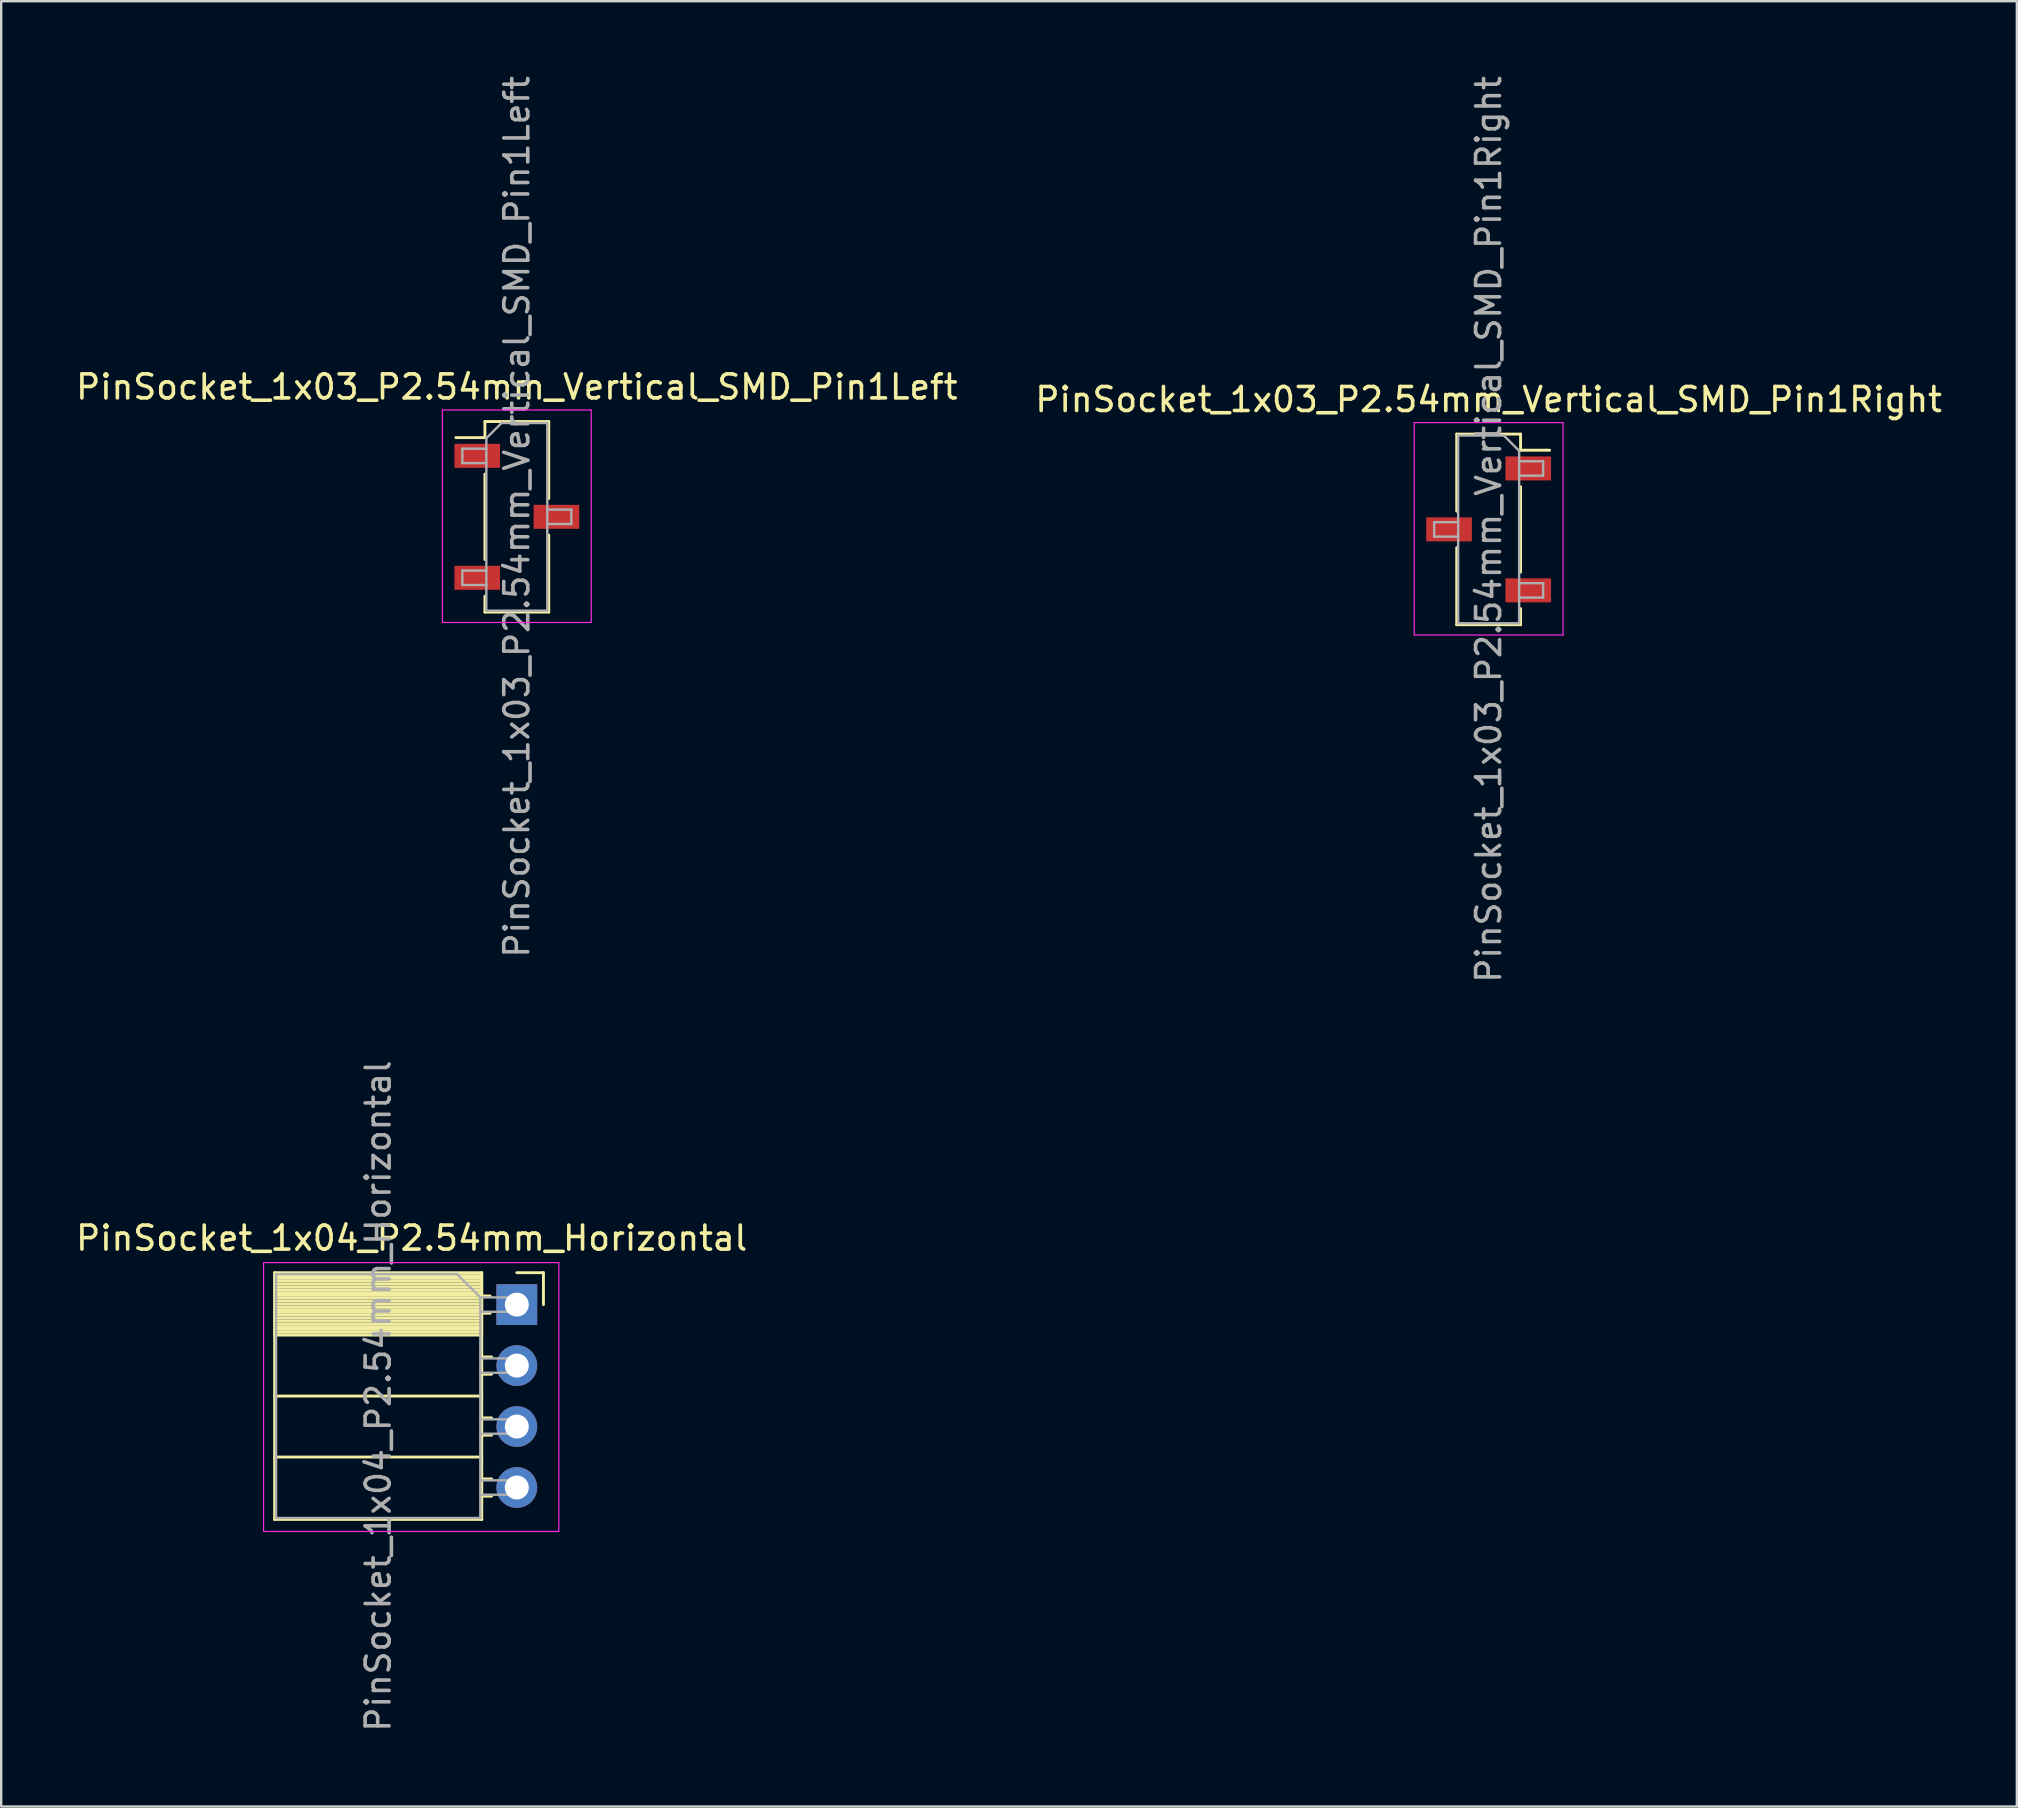
<source format=kicad_pcb>
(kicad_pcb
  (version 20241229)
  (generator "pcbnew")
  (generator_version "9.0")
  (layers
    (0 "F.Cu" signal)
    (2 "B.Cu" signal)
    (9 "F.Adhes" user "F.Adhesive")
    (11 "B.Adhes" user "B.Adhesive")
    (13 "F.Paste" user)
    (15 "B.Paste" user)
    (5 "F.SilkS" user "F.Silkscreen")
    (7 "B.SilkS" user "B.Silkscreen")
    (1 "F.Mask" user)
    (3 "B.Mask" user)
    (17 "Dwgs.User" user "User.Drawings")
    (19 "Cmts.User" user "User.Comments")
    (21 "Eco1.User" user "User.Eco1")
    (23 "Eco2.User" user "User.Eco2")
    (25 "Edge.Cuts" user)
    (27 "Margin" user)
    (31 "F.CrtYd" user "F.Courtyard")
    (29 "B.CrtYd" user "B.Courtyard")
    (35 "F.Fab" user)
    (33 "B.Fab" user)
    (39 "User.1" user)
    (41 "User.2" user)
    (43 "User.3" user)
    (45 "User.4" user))
  (footprint "PinSocket_1x04_P2.54mm_Horizontal"
    (layer "F.Cu")
    (at 18.481 51.303)
    (property "Reference" "PinSocket_1x04_P2.54mm_Horizontal" (at -4.38 -2.77 0) (layer "F.SilkS") (effects (font (size 1 1) (thickness 0.15))))
    (attr through_hole)
    (fp_line (start -10.09 -1.33) (end -10.09 8.95) (stroke (width 0.12) (type solid)) (layer "F.SilkS"))
    (fp_line (start -10.09 -1.33) (end -1.46 -1.33) (stroke (width 0.12) (type solid)) (layer "F.SilkS"))
    (fp_line (start -10.09 -1.21) (end -1.46 -1.21) (stroke (width 0.12) (type solid)) (layer "F.SilkS"))
    (fp_line (start -10.09 -1.092) (end -1.46 -1.092) (stroke (width 0.12) (type solid)) (layer "F.SilkS"))
    (fp_line (start -10.09 -0.974) (end -1.46 -0.974) (stroke (width 0.12) (type solid)) (layer "F.SilkS"))
    (fp_line (start -10.09 -0.856) (end -1.46 -0.856) (stroke (width 0.12) (type solid)) (layer "F.SilkS"))
    (fp_line (start -10.09 -0.738) (end -1.46 -0.738) (stroke (width 0.12) (type solid)) (layer "F.SilkS"))
    (fp_line (start -10.09 -0.62) (end -1.46 -0.62) (stroke (width 0.12) (type solid)) (layer "F.SilkS"))
    (fp_line (start -10.09 -0.501) (end -1.46 -0.501) (stroke (width 0.12) (type solid)) (layer "F.SilkS"))
    (fp_line (start -10.09 -0.383) (end -1.46 -0.383) (stroke (width 0.12) (type solid)) (layer "F.SilkS"))
    (fp_line (start -10.09 -0.265) (end -1.46 -0.265) (stroke (width 0.12) (type solid)) (layer "F.SilkS"))
    (fp_line (start -10.09 -0.147) (end -1.46 -0.147) (stroke (width 0.12) (type solid)) (layer "F.SilkS"))
    (fp_line (start -10.09 -0.029) (end -1.46 -0.029) (stroke (width 0.12) (type solid)) (layer "F.SilkS"))
    (fp_line (start -10.09 0.089) (end -1.46 0.089) (stroke (width 0.12) (type solid)) (layer "F.SilkS"))
    (fp_line (start -10.09 0.207) (end -1.46 0.207) (stroke (width 0.12) (type solid)) (layer "F.SilkS"))
    (fp_line (start -10.09 0.325) (end -1.46 0.325) (stroke (width 0.12) (type solid)) (layer "F.SilkS"))
    (fp_line (start -10.09 0.443) (end -1.46 0.443) (stroke (width 0.12) (type solid)) (layer "F.SilkS"))
    (fp_line (start -10.09 0.561) (end -1.46 0.561) (stroke (width 0.12) (type solid)) (layer "F.SilkS"))
    (fp_line (start -10.09 0.68) (end -1.46 0.68) (stroke (width 0.12) (type solid)) (layer "F.SilkS"))
    (fp_line (start -10.09 0.798) (end -1.46 0.798) (stroke (width 0.12) (type solid)) (layer "F.SilkS"))
    (fp_line (start -10.09 0.916) (end -1.46 0.916) (stroke (width 0.12) (type solid)) (layer "F.SilkS"))
    (fp_line (start -10.09 1.034) (end -1.46 1.034) (stroke (width 0.12) (type solid)) (layer "F.SilkS"))
    (fp_line (start -10.09 1.152) (end -1.46 1.152) (stroke (width 0.12) (type solid)) (layer "F.SilkS"))
    (fp_line (start -10.09 1.27) (end -1.46 1.27) (stroke (width 0.12) (type solid)) (layer "F.SilkS"))
    (fp_line (start -10.09 3.81) (end -1.46 3.81) (stroke (width 0.12) (type solid)) (layer "F.SilkS"))
    (fp_line (start -10.09 6.35) (end -1.46 6.35) (stroke (width 0.12) (type solid)) (layer "F.SilkS"))
    (fp_line (start -10.09 8.95) (end -1.46 8.95) (stroke (width 0.12) (type solid)) (layer "F.SilkS"))
    (fp_line (start -1.46 -1.33) (end -1.46 8.95) (stroke (width 0.12) (type solid)) (layer "F.SilkS"))
    (fp_line (start -1.46 -0.36) (end -1.11 -0.36) (stroke (width 0.12) (type solid)) (layer "F.SilkS"))
    (fp_line (start -1.46 0.36) (end -1.11 0.36) (stroke (width 0.12) (type solid)) (layer "F.SilkS"))
    (fp_line (start -1.46 2.18) (end -1.05 2.18) (stroke (width 0.12) (type solid)) (layer "F.SilkS"))
    (fp_line (start -1.46 2.9) (end -1.05 2.9) (stroke (width 0.12) (type solid)) (layer "F.SilkS"))
    (fp_line (start -1.46 4.72) (end -1.05 4.72) (stroke (width 0.12) (type solid)) (layer "F.SilkS"))
    (fp_line (start -1.46 5.44) (end -1.05 5.44) (stroke (width 0.12) (type solid)) (layer "F.SilkS"))
    (fp_line (start -1.46 7.26) (end -1.05 7.26) (stroke (width 0.12) (type solid)) (layer "F.SilkS"))
    (fp_line (start -1.46 7.98) (end -1.05 7.98) (stroke (width 0.12) (type solid)) (layer "F.SilkS"))
    (fp_line (start 0 -1.33) (end 1.11 -1.33) (stroke (width 0.12) (type solid)) (layer "F.SilkS"))
    (fp_line (start 1.11 -1.33) (end 1.11 0) (stroke (width 0.12) (type solid)) (layer "F.SilkS"))
    (fp_line (start -10.55 -1.75) (end -10.55 9.45) (stroke (width 0.05) (type solid)) (layer "F.CrtYd"))
    (fp_line (start -10.55 9.45) (end 1.75 9.45) (stroke (width 0.05) (type solid)) (layer "F.CrtYd"))
    (fp_line (start 1.75 -1.75) (end -10.55 -1.75) (stroke (width 0.05) (type solid)) (layer "F.CrtYd"))
    (fp_line (start 1.75 9.45) (end 1.75 -1.75) (stroke (width 0.05) (type solid)) (layer "F.CrtYd"))
    (fp_line (start -10.03 -1.27) (end -2.49 -1.27) (stroke (width 0.1) (type solid)) (layer "F.Fab"))
    (fp_line (start -10.03 8.89) (end -10.03 -1.27) (stroke (width 0.1) (type solid)) (layer "F.Fab"))
    (fp_line (start -2.49 -1.27) (end -1.52 -0.3) (stroke (width 0.1) (type solid)) (layer "F.Fab"))
    (fp_line (start -1.52 -0.3) (end -1.52 8.89) (stroke (width 0.1) (type solid)) (layer "F.Fab"))
    (fp_line (start -1.52 0.3) (end 0 0.3) (stroke (width 0.1) (type solid)) (layer "F.Fab"))
    (fp_line (start -1.52 2.84) (end 0 2.84) (stroke (width 0.1) (type solid)) (layer "F.Fab"))
    (fp_line (start -1.52 5.38) (end 0 5.38) (stroke (width 0.1) (type solid)) (layer "F.Fab"))
    (fp_line (start -1.52 7.92) (end 0 7.92) (stroke (width 0.1) (type solid)) (layer "F.Fab"))
    (fp_line (start -1.52 8.89) (end -10.03 8.89) (stroke (width 0.1) (type solid)) (layer "F.Fab"))
    (fp_line (start 0 -0.3) (end -1.52 -0.3) (stroke (width 0.1) (type solid)) (layer "F.Fab"))
    (fp_line (start 0 0.3) (end 0 -0.3) (stroke (width 0.1) (type solid)) (layer "F.Fab"))
    (fp_line (start 0 2.24) (end -1.52 2.24) (stroke (width 0.1) (type solid)) (layer "F.Fab"))
    (fp_line (start 0 2.84) (end 0 2.24) (stroke (width 0.1) (type solid)) (layer "F.Fab"))
    (fp_line (start 0 4.78) (end -1.52 4.78) (stroke (width 0.1) (type solid)) (layer "F.Fab"))
    (fp_line (start 0 5.38) (end 0 4.78) (stroke (width 0.1) (type solid)) (layer "F.Fab"))
    (fp_line (start 0 7.32) (end -1.52 7.32) (stroke (width 0.1) (type solid)) (layer "F.Fab"))
    (fp_line (start 0 7.92) (end 0 7.32) (stroke (width 0.1) (type solid)) (layer "F.Fab"))
    (fp_text user "${REFERENCE}" (at -5.775 3.81 90) (layer "F.Fab") (effects (font (size 1 1) (thickness 0.15))))
    (pad "1" thru_hole rect (at 0 0) (size 1.7 1.7) (drill 1) (layers "*.Cu" "*.Mask"))
    (pad "2" thru_hole oval (at 0 2.54) (size 1.7 1.7) (drill 1) (layers "*.Cu" "*.Mask"))
    (pad "3" thru_hole oval (at 0 5.08) (size 1.7 1.7) (drill 1) (layers "*.Cu" "*.Mask"))
    (pad "4" thru_hole oval (at 0 7.62) (size 1.7 1.7) (drill 1) (layers "*.Cu" "*.Mask")))
  (footprint "PinSocket_1x03_P2.54mm_Vertical_SMD_Pin1Right"
    (layer "F.Cu")
    (at 58.97 19.006)
    (property "Reference" "PinSocket_1x03_P2.54mm_Vertical_SMD_Pin1Right" (at 0 -5.41 0) (layer "F.SilkS") (effects (font (size 1 1) (thickness 0.15))))
    (attr smd)
    (fp_line (start -1.33 -3.97) (end -1.33 -0.76) (stroke (width 0.12) (type solid)) (layer "F.SilkS"))
    (fp_line (start -1.33 -3.97) (end 1.33 -3.97) (stroke (width 0.12) (type solid)) (layer "F.SilkS"))
    (fp_line (start -1.33 0.76) (end -1.33 3.97) (stroke (width 0.12) (type solid)) (layer "F.SilkS"))
    (fp_line (start -1.33 3.97) (end 1.33 3.97) (stroke (width 0.12) (type solid)) (layer "F.SilkS"))
    (fp_line (start 1.33 -3.97) (end 1.33 -3.3) (stroke (width 0.12) (type solid)) (layer "F.SilkS"))
    (fp_line (start 1.33 -3.3) (end 2.54 -3.3) (stroke (width 0.12) (type solid)) (layer "F.SilkS"))
    (fp_line (start 1.33 -1.78) (end 1.33 1.78) (stroke (width 0.12) (type solid)) (layer "F.SilkS"))
    (fp_line (start 1.33 3.3) (end 1.33 3.97) (stroke (width 0.12) (type solid)) (layer "F.SilkS"))
    (fp_line (start -3.1 -4.45) (end 3.1 -4.45) (stroke (width 0.05) (type solid)) (layer "F.CrtYd"))
    (fp_line (start -3.1 4.4) (end -3.1 -4.45) (stroke (width 0.05) (type solid)) (layer "F.CrtYd"))
    (fp_line (start 3.1 -4.45) (end 3.1 4.4) (stroke (width 0.05) (type solid)) (layer "F.CrtYd"))
    (fp_line (start 3.1 4.4) (end -3.1 4.4) (stroke (width 0.05) (type solid)) (layer "F.CrtYd"))
    (fp_line (start -2.27 -0.3) (end -1.27 -0.3) (stroke (width 0.1) (type solid)) (layer "F.Fab"))
    (fp_line (start -2.27 0.3) (end -2.27 -0.3) (stroke (width 0.1) (type solid)) (layer "F.Fab"))
    (fp_line (start -1.27 -3.91) (end 0.635 -3.91) (stroke (width 0.1) (type solid)) (layer "F.Fab"))
    (fp_line (start -1.27 0.3) (end -2.27 0.3) (stroke (width 0.1) (type solid)) (layer "F.Fab"))
    (fp_line (start -1.27 3.91) (end -1.27 -3.91) (stroke (width 0.1) (type solid)) (layer "F.Fab"))
    (fp_line (start 0.635 -3.91) (end 1.27 -3.275) (stroke (width 0.1) (type solid)) (layer "F.Fab"))
    (fp_line (start 1.27 -3.275) (end 1.27 3.91) (stroke (width 0.1) (type solid)) (layer "F.Fab"))
    (fp_line (start 1.27 -2.84) (end 2.27 -2.84) (stroke (width 0.1) (type solid)) (layer "F.Fab"))
    (fp_line (start 1.27 2.24) (end 2.27 2.24) (stroke (width 0.1) (type solid)) (layer "F.Fab"))
    (fp_line (start 1.27 3.91) (end -1.27 3.91) (stroke (width 0.1) (type solid)) (layer "F.Fab"))
    (fp_line (start 2.27 -2.84) (end 2.27 -2.24) (stroke (width 0.1) (type solid)) (layer "F.Fab"))
    (fp_line (start 2.27 -2.24) (end 1.27 -2.24) (stroke (width 0.1) (type solid)) (layer "F.Fab"))
    (fp_line (start 2.27 2.24) (end 2.27 2.84) (stroke (width 0.1) (type solid)) (layer "F.Fab"))
    (fp_line (start 2.27 2.84) (end 1.27 2.84) (stroke (width 0.1) (type solid)) (layer "F.Fab"))
    (fp_text user "${REFERENCE}" (at 0 0 90) (layer "F.Fab") (effects (font (size 1 1) (thickness 0.15))))
    (pad "1" smd rect (at 1.65 -2.54) (size 1.9 1) (layers "F.Cu" "F.Mask" "F.Paste"))
    (pad "2" smd rect (at -1.65 0) (size 1.9 1) (layers "F.Cu" "F.Mask" "F.Paste"))
    (pad "3" smd rect (at 1.65 2.54) (size 1.9 1) (layers "F.Cu" "F.Mask" "F.Paste")))
  (footprint "PinSocket_1x03_P2.54mm_Vertical_SMD_Pin1Left"
    (layer "F.Cu")
    (at 18.482 18.482)
    (property "Reference" "PinSocket_1x03_P2.54mm_Vertical_SMD_Pin1Left" (at 0 -5.41 0) (layer "F.SilkS") (effects (font (size 1 1) (thickness 0.15))))
    (attr smd)
    (fp_line (start -2.54 -3.3) (end -1.33 -3.3) (stroke (width 0.12) (type solid)) (layer "F.SilkS"))
    (fp_line (start -1.33 -3.97) (end -1.33 -3.3) (stroke (width 0.12) (type solid)) (layer "F.SilkS"))
    (fp_line (start -1.33 -3.97) (end 1.33 -3.97) (stroke (width 0.12) (type solid)) (layer "F.SilkS"))
    (fp_line (start -1.33 -1.78) (end -1.33 1.78) (stroke (width 0.12) (type solid)) (layer "F.SilkS"))
    (fp_line (start -1.33 3.3) (end -1.33 3.97) (stroke (width 0.12) (type solid)) (layer "F.SilkS"))
    (fp_line (start -1.33 3.97) (end 1.33 3.97) (stroke (width 0.12) (type solid)) (layer "F.SilkS"))
    (fp_line (start 1.33 -3.97) (end 1.33 -0.76) (stroke (width 0.12) (type solid)) (layer "F.SilkS"))
    (fp_line (start 1.33 0.76) (end 1.33 3.97) (stroke (width 0.12) (type solid)) (layer "F.SilkS"))
    (fp_line (start -3.1 -4.45) (end 3.1 -4.45) (stroke (width 0.05) (type solid)) (layer "F.CrtYd"))
    (fp_line (start -3.1 4.4) (end -3.1 -4.45) (stroke (width 0.05) (type solid)) (layer "F.CrtYd"))
    (fp_line (start 3.1 -4.45) (end 3.1 4.4) (stroke (width 0.05) (type solid)) (layer "F.CrtYd"))
    (fp_line (start 3.1 4.4) (end -3.1 4.4) (stroke (width 0.05) (type solid)) (layer "F.CrtYd"))
    (fp_line (start -2.27 -2.84) (end -1.27 -2.84) (stroke (width 0.1) (type solid)) (layer "F.Fab"))
    (fp_line (start -2.27 -2.24) (end -2.27 -2.84) (stroke (width 0.1) (type solid)) (layer "F.Fab"))
    (fp_line (start -2.27 2.24) (end -1.27 2.24) (stroke (width 0.1) (type solid)) (layer "F.Fab"))
    (fp_line (start -2.27 2.84) (end -2.27 2.24) (stroke (width 0.1) (type solid)) (layer "F.Fab"))
    (fp_line (start -1.27 -3.275) (end -0.635 -3.91) (stroke (width 0.1) (type solid)) (layer "F.Fab"))
    (fp_line (start -1.27 -2.24) (end -2.27 -2.24) (stroke (width 0.1) (type solid)) (layer "F.Fab"))
    (fp_line (start -1.27 2.84) (end -2.27 2.84) (stroke (width 0.1) (type solid)) (layer "F.Fab"))
    (fp_line (start -1.27 3.91) (end -1.27 -3.275) (stroke (width 0.1) (type solid)) (layer "F.Fab"))
    (fp_line (start -0.635 -3.91) (end 1.27 -3.91) (stroke (width 0.1) (type solid)) (layer "F.Fab"))
    (fp_line (start 1.27 -3.91) (end 1.27 3.91) (stroke (width 0.1) (type solid)) (layer "F.Fab"))
    (fp_line (start 1.27 -0.3) (end 2.27 -0.3) (stroke (width 0.1) (type solid)) (layer "F.Fab"))
    (fp_line (start 1.27 3.91) (end -1.27 3.91) (stroke (width 0.1) (type solid)) (layer "F.Fab"))
    (fp_line (start 2.27 -0.3) (end 2.27 0.3) (stroke (width 0.1) (type solid)) (layer "F.Fab"))
    (fp_line (start 2.27 0.3) (end 1.27 0.3) (stroke (width 0.1) (type solid)) (layer "F.Fab"))
    (fp_text user "${REFERENCE}" (at 0 0 90) (layer "F.Fab") (effects (font (size 1 1) (thickness 0.15))))
    (pad "1" smd rect (at -1.65 -2.54) (size 1.9 1) (layers "F.Cu" "F.Mask" "F.Paste"))
    (pad "2" smd rect (at 1.65 0) (size 1.9 1) (layers "F.Cu" "F.Mask" "F.Paste"))
    (pad "3" smd rect (at -1.65 2.54) (size 1.9 1) (layers "F.Cu" "F.Mask" "F.Paste")))
  (gr_rect
    (start -3 -3)
    (end 80.976 72.214)
    (stroke (width 0.1) (type default))
    (fill no)
    (layer "Edge.Cuts")))
</source>
